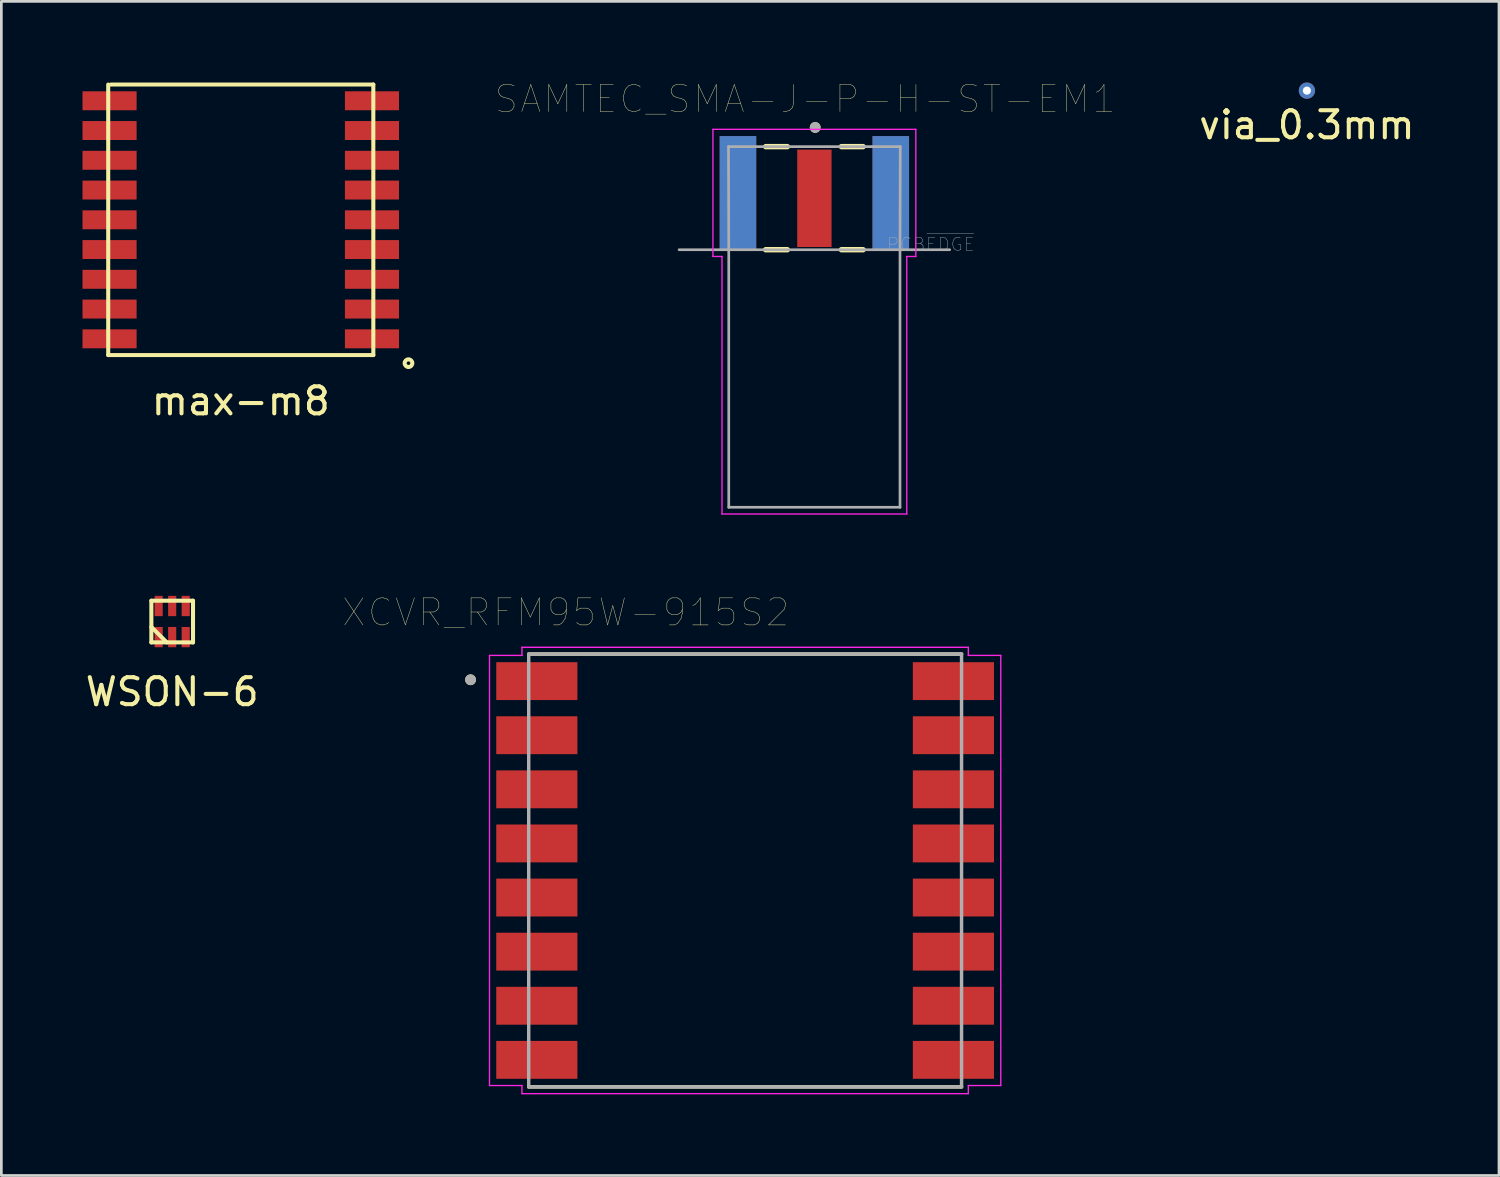
<source format=kicad_pcb>
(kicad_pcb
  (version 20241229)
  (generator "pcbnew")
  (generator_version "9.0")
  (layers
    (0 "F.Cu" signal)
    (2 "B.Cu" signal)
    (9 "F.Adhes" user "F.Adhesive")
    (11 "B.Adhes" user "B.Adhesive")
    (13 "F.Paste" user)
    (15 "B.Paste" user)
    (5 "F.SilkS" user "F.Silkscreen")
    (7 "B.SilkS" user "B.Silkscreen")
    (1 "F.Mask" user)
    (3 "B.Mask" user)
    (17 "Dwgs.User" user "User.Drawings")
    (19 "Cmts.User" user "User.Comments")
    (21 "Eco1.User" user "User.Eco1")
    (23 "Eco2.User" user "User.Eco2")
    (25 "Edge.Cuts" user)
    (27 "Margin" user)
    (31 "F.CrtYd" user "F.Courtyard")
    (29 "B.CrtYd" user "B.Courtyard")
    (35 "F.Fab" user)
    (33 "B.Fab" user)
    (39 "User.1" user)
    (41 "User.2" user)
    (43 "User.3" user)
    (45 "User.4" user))
  (footprint "via_0.3mm"
    (layer "F.Cu")
    (at 45.26 0.3)
    (property "Reference" "via_0.3mm" (at 0 1.27 0) (layer "F.SilkS") (effects (font (size 1 1) (thickness 0.15))))
    (attr through_hole)
    (pad "1" thru_hole circle (at 0 0) (size 0.6 0.6) (drill 0.3) (layers "*.Cu")))
  (footprint "max-m8"
    (layer "F.Cu")
    (at 5.85 5.075)
    (property "Reference" "max-m8" (at 0 6.7 0) (layer "F.SilkS") (effects (font (size 1 1) (thickness 0.15))))
    (attr through_hole)
    (fp_line (start -4.9 5) (end -4.9 -5) (stroke (width 0.15) (type solid)) (layer "F.SilkS"))
    (fp_line (start -4.8 -5) (end 4.9 -5) (stroke (width 0.15) (type solid)) (layer "F.SilkS"))
    (fp_line (start 4.9 -5) (end 4.9 5) (stroke (width 0.15) (type solid)) (layer "F.SilkS"))
    (fp_line (start 4.9 5) (end -4.9 5) (stroke (width 0.15) (type solid)) (layer "F.SilkS"))
    (fp_circle (center 6.2 5.3) (end 6.3 5.4) (stroke (width 0.15) (type solid)) (fill no) (layer "F.SilkS"))
    (pad "1" smd rect (at 4.85 4.4) (size 2 0.7) (layers "F.Cu" "F.Mask" "F.Paste"))
    (pad "2" smd rect (at 4.85 3.3) (size 2 0.7) (layers "F.Cu" "F.Mask" "F.Paste"))
    (pad "3" smd rect (at 4.85 2.2) (size 2 0.7) (layers "F.Cu" "F.Mask" "F.Paste"))
    (pad "4" smd rect (at 4.85 1.1) (size 2 0.7) (layers "F.Cu" "F.Mask" "F.Paste"))
    (pad "5" smd rect (at 4.85 0) (size 2 0.7) (layers "F.Cu" "F.Mask" "F.Paste"))
    (pad "6" smd rect (at 4.85 -1.1) (size 2 0.7) (layers "F.Cu" "F.Mask" "F.Paste"))
    (pad "7" smd rect (at 4.85 -2.2) (size 2 0.7) (layers "F.Cu" "F.Mask" "F.Paste"))
    (pad "8" smd rect (at 4.85 -3.3) (size 2 0.7) (layers "F.Cu" "F.Mask" "F.Paste"))
    (pad "9" smd rect (at 4.85 -4.4) (size 2 0.7) (layers "F.Cu" "F.Mask" "F.Paste"))
    (pad "10" smd rect (at -4.85 -4.4) (size 2 0.7) (layers "F.Cu" "F.Mask" "F.Paste"))
    (pad "11" smd rect (at -4.85 -3.3) (size 2 0.7) (layers "F.Cu" "F.Mask" "F.Paste"))
    (pad "12" smd rect (at -4.85 -2.2) (size 2 0.7) (layers "F.Cu" "F.Mask" "F.Paste"))
    (pad "13" smd rect (at -4.85 -1.1) (size 2 0.7) (layers "F.Cu" "F.Mask" "F.Paste"))
    (pad "14" smd rect (at -4.85 0) (size 2 0.7) (layers "F.Cu" "F.Mask" "F.Paste"))
    (pad "15" smd rect (at -4.85 1.1) (size 2 0.7) (layers "F.Cu" "F.Mask" "F.Paste"))
    (pad "16" smd rect (at -4.85 2.2) (size 2 0.7) (layers "F.Cu" "F.Mask" "F.Paste"))
    (pad "17" smd rect (at -4.85 3.3) (size 2 0.7) (layers "F.Cu" "F.Mask" "F.Paste"))
    (pad "18" smd rect (at -4.85 4.4) (size 2 0.7) (layers "F.Cu" "F.Mask" "F.Paste")))
  (footprint "SAMTEC_SMA-J-P-H-ST-EM1"
    (layer "F.Cu")
    (at 27.054 4.281)
    (property "Reference" "SAMTEC_SMA-J-P-H-ST-EM1" (at -0.341 -3.67 0) (layer "F.SilkS") (effects (font (size 1 1) (thickness 0.015))))
    (attr through_hole)
    (fp_line (start -1.8 -1.91) (end -1 -1.91) (stroke (width 0.2) (type solid)) (layer "F.SilkS"))
    (fp_line (start -1.8 1.9) (end -1 1.9) (stroke (width 0.2) (type solid)) (layer "F.SilkS"))
    (fp_line (start 1 -1.91) (end 1.8 -1.91) (stroke (width 0.2) (type solid)) (layer "F.SilkS"))
    (fp_line (start 1 1.9) (end 1.8 1.9) (stroke (width 0.2) (type solid)) (layer "F.SilkS"))
    (fp_circle (center 0.03 -2.62) (end 0.13 -2.62) (stroke (width 0.2) (type solid)) (fill no) (layer "F.SilkS"))
    (fp_line (start -3.75 -2.55) (end 3.75 -2.55) (stroke (width 0.05) (type solid)) (layer "F.CrtYd"))
    (fp_line (start -3.75 2.15) (end -3.75 -2.55) (stroke (width 0.05) (type solid)) (layer "F.CrtYd"))
    (fp_line (start -3.415 2.15) (end -3.75 2.15) (stroke (width 0.05) (type solid)) (layer "F.CrtYd"))
    (fp_line (start -3.415 11.67) (end -3.415 2.15) (stroke (width 0.05) (type solid)) (layer "F.CrtYd"))
    (fp_line (start 3.415 2.15) (end 3.415 11.67) (stroke (width 0.05) (type solid)) (layer "F.CrtYd"))
    (fp_line (start 3.415 11.67) (end -3.415 11.67) (stroke (width 0.05) (type solid)) (layer "F.CrtYd"))
    (fp_line (start 3.75 -2.55) (end 3.75 2.15) (stroke (width 0.05) (type solid)) (layer "F.CrtYd"))
    (fp_line (start 3.75 2.15) (end 3.415 2.15) (stroke (width 0.05) (type solid)) (layer "F.CrtYd"))
    (fp_line (start -5 1.9) (end -3.165 1.9) (stroke (width 0.1) (type solid)) (layer "F.Fab"))
    (fp_line (start -3.175 -1.91) (end 3.175 -1.91) (stroke (width 0.1) (type solid)) (layer "F.Fab"))
    (fp_line (start -3.165 1.9) (end -3.175 -1.91) (stroke (width 0.1) (type solid)) (layer "F.Fab"))
    (fp_line (start -3.165 1.9) (end 3.165 1.9) (stroke (width 0.1) (type solid)) (layer "F.Fab"))
    (fp_line (start -3.165 11.42) (end -3.165 1.9) (stroke (width 0.1) (type solid)) (layer "F.Fab"))
    (fp_line (start 3.165 1.9) (end 3.165 11.42) (stroke (width 0.1) (type solid)) (layer "F.Fab"))
    (fp_line (start 3.165 1.9) (end 5 1.9) (stroke (width 0.1) (type solid)) (layer "F.Fab"))
    (fp_line (start 3.165 11.42) (end -3.165 11.42) (stroke (width 0.1) (type solid)) (layer "F.Fab"))
    (fp_line (start 3.175 -1.91) (end 3.165 1.9) (stroke (width 0.1) (type solid)) (layer "F.Fab"))
    (fp_circle (center 0.03 -2.62) (end 0.13 -2.62) (stroke (width 0.2) (type solid)) (fill no) (layer "F.Fab"))
    (fp_text user "PCB~{EDGE}" (at 4.304 1.702 0) (layer "F.Fab") (effects (font (size 0.48 0.48) (thickness 0.015))))
    (pad "1" smd rect (at 0 0) (size 1.27 3.6) (layers "F.Cu" "F.Mask" "F.Paste"))
    (pad "2" smd rect (at -2.825 -0.2) (size 1.35 4.2) (layers "F.Cu" "F.Mask" "F.Paste"))
    (pad "2" smd rect (at 2.825 -0.2) (size 1.35 4.2) (layers "F.Cu" "F.Mask" "F.Paste"))
    (pad "2_2" smd rect (at -2.825 -0.2) (size 1.35 4.2) (layers "B.Cu" "B.Mask" "B.Paste"))
    (pad "3_2" smd rect (at 2.825 -0.2) (size 1.35 4.2) (layers "B.Cu" "B.Mask" "B.Paste")))
  (footprint "XCVR_RFM95W-915S2"
    (layer "F.Cu")
    (at 24.494 29.128)
    (property "Reference" "XCVR_RFM95W-915S2" (at -6.631 -9.54 0) (layer "F.SilkS") (effects (font (size 1 1) (thickness 0.015))))
    (attr through_hole)
    (fp_line (start -8 -8) (end 8 -8) (stroke (width 0.127) (type solid)) (layer "F.SilkS"))
    (fp_line (start -8 8) (end 8 8) (stroke (width 0.127) (type solid)) (layer "F.SilkS"))
    (fp_circle (center -10.15 -7.05) (end -10.05 -7.05) (stroke (width 0.2) (type solid)) (fill no) (layer "F.SilkS"))
    (fp_line (start -9.45 -7.95) (end -8.25 -7.95) (stroke (width 0.05) (type solid)) (layer "F.CrtYd"))
    (fp_line (start -9.45 7.95) (end -9.45 -7.95) (stroke (width 0.05) (type solid)) (layer "F.CrtYd"))
    (fp_line (start -8.25 -8.25) (end 8.25 -8.25) (stroke (width 0.05) (type solid)) (layer "F.CrtYd"))
    (fp_line (start -8.25 -7.95) (end -8.25 -8.25) (stroke (width 0.05) (type solid)) (layer "F.CrtYd"))
    (fp_line (start -8.25 7.95) (end -9.45 7.95) (stroke (width 0.05) (type solid)) (layer "F.CrtYd"))
    (fp_line (start -8.25 8.25) (end -8.25 7.95) (stroke (width 0.05) (type solid)) (layer "F.CrtYd"))
    (fp_line (start 8.25 -8.25) (end 8.25 -7.95) (stroke (width 0.05) (type solid)) (layer "F.CrtYd"))
    (fp_line (start 8.25 -7.95) (end 9.45 -7.95) (stroke (width 0.05) (type solid)) (layer "F.CrtYd"))
    (fp_line (start 8.25 7.95) (end 8.25 8.25) (stroke (width 0.05) (type solid)) (layer "F.CrtYd"))
    (fp_line (start 8.25 8.25) (end -8.25 8.25) (stroke (width 0.05) (type solid)) (layer "F.CrtYd"))
    (fp_line (start 9.45 -7.95) (end 9.45 7.95) (stroke (width 0.05) (type solid)) (layer "F.CrtYd"))
    (fp_line (start 9.45 7.95) (end 8.25 7.95) (stroke (width 0.05) (type solid)) (layer "F.CrtYd"))
    (fp_line (start -8 -8) (end 8 -8) (stroke (width 0.127) (type solid)) (layer "F.Fab"))
    (fp_line (start -8 8) (end -8 -8) (stroke (width 0.127) (type solid)) (layer "F.Fab"))
    (fp_line (start 8 -8) (end 8 8) (stroke (width 0.127) (type solid)) (layer "F.Fab"))
    (fp_line (start 8 8) (end -8 8) (stroke (width 0.127) (type solid)) (layer "F.Fab"))
    (fp_circle (center -10.15 -7.05) (end -10.05 -7.05) (stroke (width 0.2) (type solid)) (fill no) (layer "F.Fab"))
    (pad "1" smd rect (at -7.7 -7) (size 3 1.4) (layers "F.Cu" "F.Mask" "F.Paste"))
    (pad "2" smd rect (at -7.7 -5) (size 3 1.4) (layers "F.Cu" "F.Mask" "F.Paste"))
    (pad "3" smd rect (at -7.7 -3) (size 3 1.4) (layers "F.Cu" "F.Mask" "F.Paste"))
    (pad "4" smd rect (at -7.7 -1) (size 3 1.4) (layers "F.Cu" "F.Mask" "F.Paste"))
    (pad "5" smd rect (at -7.7 1) (size 3 1.4) (layers "F.Cu" "F.Mask" "F.Paste"))
    (pad "6" smd rect (at -7.7 3) (size 3 1.4) (layers "F.Cu" "F.Mask" "F.Paste"))
    (pad "7" smd rect (at -7.7 5) (size 3 1.4) (layers "F.Cu" "F.Mask" "F.Paste"))
    (pad "8" smd rect (at -7.7 7) (size 3 1.4) (layers "F.Cu" "F.Mask" "F.Paste"))
    (pad "9" smd rect (at 7.7 7) (size 3 1.4) (layers "F.Cu" "F.Mask" "F.Paste"))
    (pad "10" smd rect (at 7.7 5) (size 3 1.4) (layers "F.Cu" "F.Mask" "F.Paste"))
    (pad "11" smd rect (at 7.7 3) (size 3 1.4) (layers "F.Cu" "F.Mask" "F.Paste"))
    (pad "12" smd rect (at 7.7 1) (size 3 1.4) (layers "F.Cu" "F.Mask" "F.Paste"))
    (pad "13" smd rect (at 7.7 -1) (size 3 1.4) (layers "F.Cu" "F.Mask" "F.Paste"))
    (pad "14" smd rect (at 7.7 -3) (size 3 1.4) (layers "F.Cu" "F.Mask" "F.Paste"))
    (pad "15" smd rect (at 7.7 -5) (size 3 1.4) (layers "F.Cu" "F.Mask" "F.Paste"))
    (pad "16" smd rect (at 7.7 -7) (size 3 1.4) (layers "F.Cu" "F.Mask" "F.Paste")))
  (footprint "WSON-6"
    (layer "F.Cu")
    (at 3.315 19.926)
    (property "Reference" "WSON-6" (at 0 2.6 0) (layer "F.SilkS") (effects (font (size 1 1) (thickness 0.15))))
    (attr through_hole)
    (fp_line (start -0.77 -0.77) (end 0.77 -0.77) (stroke (width 0.15) (type solid)) (layer "F.SilkS"))
    (fp_line (start -0.77 0.77) (end -0.77 -0.77) (stroke (width 0.15) (type solid)) (layer "F.SilkS"))
    (fp_line (start -0.2 0.77) (end -0.77 0.2) (stroke (width 0.15) (type solid)) (layer "F.SilkS"))
    (fp_line (start 0.77 -0.77) (end 0.77 0.77) (stroke (width 0.15) (type solid)) (layer "F.SilkS"))
    (fp_line (start 0.77 0.77) (end -0.77 0.77) (stroke (width 0.15) (type solid)) (layer "F.SilkS"))
    (pad "1" smd rect (at -0.5 0.575) (size 0.3 0.75) (layers "F.Cu" "F.Mask" "F.Paste"))
    (pad "2" smd rect (at 0 0.575) (size 0.3 0.75) (layers "F.Cu" "F.Mask" "F.Paste"))
    (pad "3" smd rect (at 0.5 0.575) (size 0.3 0.75) (layers "F.Cu" "F.Mask" "F.Paste"))
    (pad "4" smd rect (at 0.5 -0.575) (size 0.3 0.75) (layers "F.Cu" "F.Mask" "F.Paste"))
    (pad "5" smd rect (at 0 -0.575) (size 0.3 0.75) (layers "F.Cu" "F.Mask" "F.Paste"))
    (pad "6" smd rect (at -0.5 -0.575) (size 0.3 0.75) (layers "F.Cu" "F.Mask" "F.Paste")))
  (gr_rect
    (start -3 -3)
    (end 52.361 40.403)
    (stroke (width 0.1) (type default))
    (fill no)
    (layer "Edge.Cuts")))
</source>
